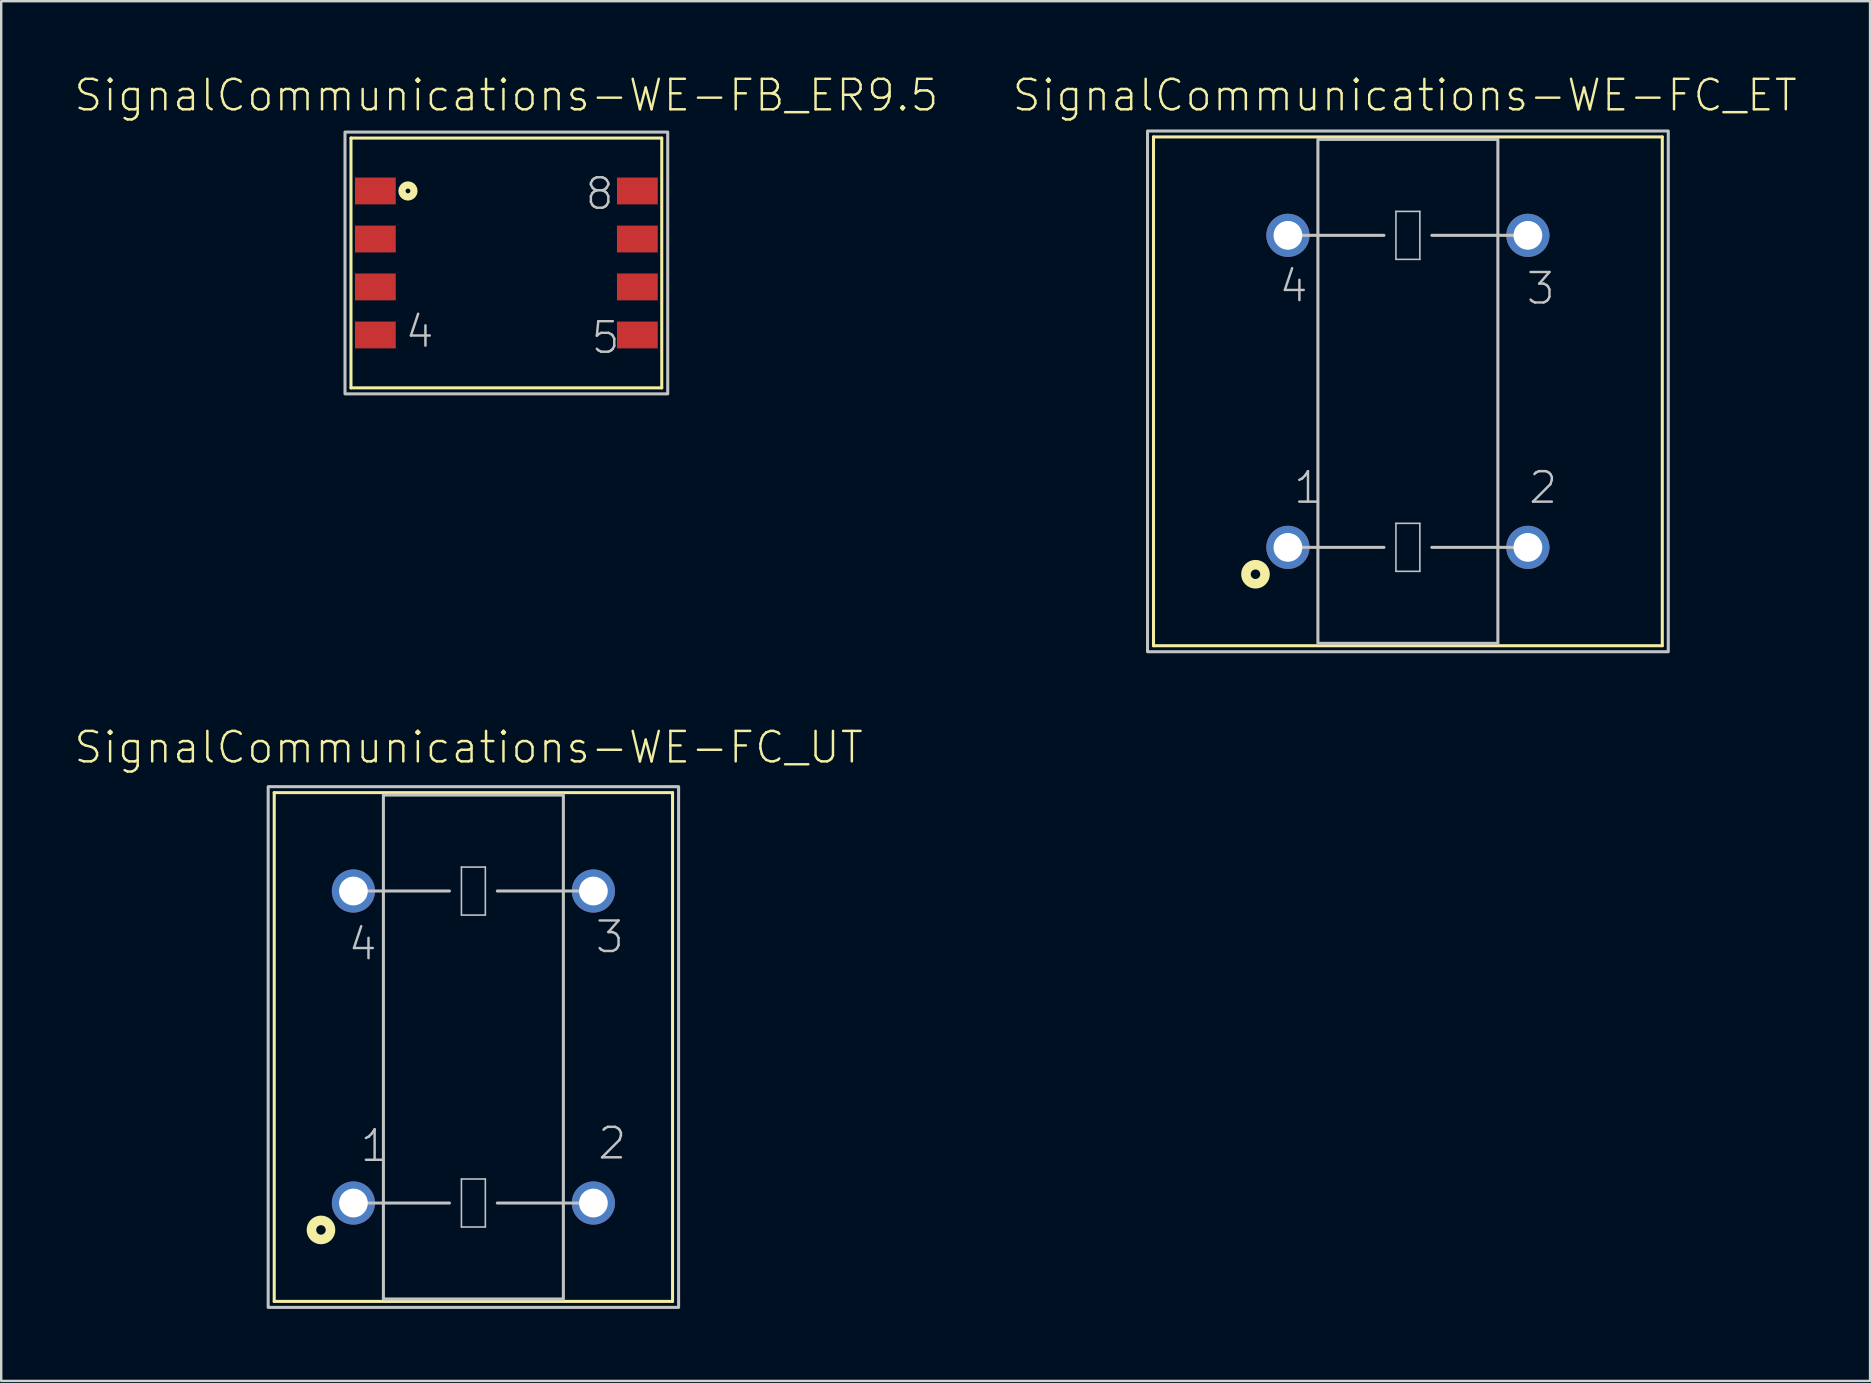
<source format=kicad_pcb>
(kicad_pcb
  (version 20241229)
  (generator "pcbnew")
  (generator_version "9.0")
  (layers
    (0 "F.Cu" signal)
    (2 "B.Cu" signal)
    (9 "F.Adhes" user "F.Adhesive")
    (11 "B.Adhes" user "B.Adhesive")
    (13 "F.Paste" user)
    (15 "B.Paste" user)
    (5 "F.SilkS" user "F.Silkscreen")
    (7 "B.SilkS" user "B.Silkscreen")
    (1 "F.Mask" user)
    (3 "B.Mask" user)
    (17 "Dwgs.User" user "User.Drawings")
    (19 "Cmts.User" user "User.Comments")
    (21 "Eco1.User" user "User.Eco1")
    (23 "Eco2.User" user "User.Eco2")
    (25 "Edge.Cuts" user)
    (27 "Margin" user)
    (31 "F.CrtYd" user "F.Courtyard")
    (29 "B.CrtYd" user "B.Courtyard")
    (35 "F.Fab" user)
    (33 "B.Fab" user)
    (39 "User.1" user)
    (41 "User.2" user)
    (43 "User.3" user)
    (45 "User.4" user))
  (footprint "SignalCommunications-WE-FB_ER9.5"
    (layer "F.Cu")
    (at 18.047 7.906)
    (property "Reference" "SignalCommunications-WE-FB_ER9.5" (at 0 -6.985 0) (layer "F.SilkS") (effects (font (size 1.27 1.27) (thickness 0.102))))
    (attr smd)
    (fp_line (start -6.474 -5.204) (end -6.474 5.204) (stroke (width 0.127) (type solid)) (layer "F.SilkS"))
    (fp_line (start -6.474 5.204) (end 6.474 5.204) (stroke (width 0.127) (type solid)) (layer "F.SilkS"))
    (fp_line (start 6.474 -5.204) (end -6.474 -5.204) (stroke (width 0.127) (type solid)) (layer "F.SilkS"))
    (fp_line (start 6.474 5.204) (end 6.474 -5.204) (stroke (width 0.127) (type solid)) (layer "F.SilkS"))
    (fp_circle (center -4.1 -3) (end -4.1 -3.099) (stroke (width 0.3) (type solid)) (fill no) (layer "F.SilkS"))
    (fp_poly (pts (xy -6.723 -5.453) (xy 6.723 -5.453) (xy 6.723 5.453) (xy -6.723 5.453) (xy -6.723 -5.453)) (stroke (width 0.127) (type solid)) (fill no) (layer "Dwgs.User"))
    (fp_text user "4" (at -3.614 2.863 0) (layer "Dwgs.User") (effects (font (size 1.27 1.27) (thickness 0.102))))
    (fp_text user "5" (at 4.133 3.114 0) (layer "Dwgs.User") (effects (font (size 1.27 1.27) (thickness 0.102))))
    (fp_text user "8" (at 3.884 -2.883 0) (layer "Dwgs.User") (effects (font (size 1.27 1.27) (thickness 0.102))))
    (pad "1" smd rect (at -5.458 -3) (size 1.699 1.118) (layers "F.Cu" "F.Mask" "F.Paste"))
    (pad "2" smd rect (at -5.458 -0.998) (size 1.699 1.118) (layers "F.Cu" "F.Mask" "F.Paste"))
    (pad "3" smd rect (at -5.458 0.998) (size 1.699 1.118) (layers "F.Cu" "F.Mask" "F.Paste"))
    (pad "4" smd rect (at -5.458 3) (size 1.699 1.118) (layers "F.Cu" "F.Mask" "F.Paste"))
    (pad "5" smd rect (at 5.458 3) (size 1.699 1.118) (layers "F.Cu" "F.Mask" "F.Paste"))
    (pad "6" smd rect (at 5.458 0.998) (size 1.699 1.118) (layers "F.Cu" "F.Mask" "F.Paste"))
    (pad "7" smd rect (at 5.458 -0.998) (size 1.699 1.118) (layers "F.Cu" "F.Mask" "F.Paste"))
    (pad "8" smd rect (at 5.458 -3) (size 1.699 1.118) (layers "F.Cu" "F.Mask" "F.Paste")))
  (footprint "SignalCommunications-WE-FC_UT"
    (layer "F.Cu")
    (at 16.673 40.573)
    (property "Reference" "SignalCommunications-WE-FC_UT" (at -0.198 -12.484 0) (layer "F.SilkS") (effects (font (size 1.27 1.27) (thickness 0.102))))
    (attr exclude_from_pos_files exclude_from_bom)
    (fp_line (start -8.298 -10.599) (end 8.298 -10.599) (stroke (width 0.127) (type solid)) (layer "F.SilkS"))
    (fp_line (start -8.298 10.599) (end -8.298 -10.599) (stroke (width 0.127) (type solid)) (layer "F.SilkS"))
    (fp_line (start -8.298 10.599) (end 8.298 10.599) (stroke (width 0.127) (type solid)) (layer "F.SilkS"))
    (fp_line (start 8.298 10.599) (end 8.298 -10.599) (stroke (width 0.127) (type solid)) (layer "F.SilkS"))
    (fp_circle (center -6.35 7.62) (end -6.35 7.422) (stroke (width 0.399) (type solid)) (fill no) (layer "F.SilkS"))
    (fp_line (start -4.999 -6.5) (end -0.998 -6.5) (stroke (width 0.127) (type solid)) (layer "Dwgs.User"))
    (fp_line (start -4.999 6.5) (end -0.998 6.5) (stroke (width 0.127) (type solid)) (layer "Dwgs.User"))
    (fp_line (start -0.498 -7.498) (end 0.498 -7.498) (stroke (width 0.066) (type solid)) (layer "Dwgs.User"))
    (fp_line (start -0.498 -5.499) (end -0.498 -7.498) (stroke (width 0.066) (type solid)) (layer "Dwgs.User"))
    (fp_line (start -0.498 -5.499) (end 0.498 -5.499) (stroke (width 0.066) (type solid)) (layer "Dwgs.User"))
    (fp_line (start -0.498 5.499) (end 0.498 5.499) (stroke (width 0.066) (type solid)) (layer "Dwgs.User"))
    (fp_line (start -0.498 7.498) (end -0.498 5.499) (stroke (width 0.066) (type solid)) (layer "Dwgs.User"))
    (fp_line (start -0.498 7.498) (end 0.498 7.498) (stroke (width 0.066) (type solid)) (layer "Dwgs.User"))
    (fp_line (start 0.498 -5.499) (end 0.498 -7.498) (stroke (width 0.066) (type solid)) (layer "Dwgs.User"))
    (fp_line (start 0.498 7.498) (end 0.498 5.499) (stroke (width 0.066) (type solid)) (layer "Dwgs.User"))
    (fp_line (start 0.998 -6.5) (end 4.999 -6.5) (stroke (width 0.127) (type solid)) (layer "Dwgs.User"))
    (fp_line (start 0.998 6.5) (end 4.999 6.5) (stroke (width 0.127) (type solid)) (layer "Dwgs.User"))
    (fp_poly (pts (xy -8.55 10.848) (xy -8.55 -10.848) (xy 8.55 -10.848) (xy 8.55 10.848) (xy -8.55 10.848)) (stroke (width 0.127) (type solid)) (fill no) (layer "Dwgs.User"))
    (fp_poly (pts (xy -3.749 10.498) (xy -3.749 -10.498) (xy 3.749 -10.498) (xy 3.749 10.498) (xy -3.749 10.498)) (stroke (width 0.127) (type solid)) (fill no) (layer "Dwgs.User"))
    (fp_text user "3" (at 5.685 -4.585 0) (layer "Dwgs.User") (effects (font (size 1.27 1.27) (thickness 0.102))))
    (fp_text user "1" (at -4.115 4.115 0) (layer "Dwgs.User") (effects (font (size 1.27 1.27) (thickness 0.102))))
    (fp_text user "2" (at 5.784 4.013 0) (layer "Dwgs.User") (effects (font (size 1.27 1.27) (thickness 0.102))))
    (fp_text user "4" (at -4.613 -4.285 0) (layer "Dwgs.User") (effects (font (size 1.27 1.27) (thickness 0.102))))
    (pad "1" thru_hole circle (at -4.999 6.5) (size 1.798 1.798) (drill 1.199) (layers "*.Cu" "*.Paste" "*.Mask"))
    (pad "2" thru_hole circle (at 4.999 6.5) (size 1.798 1.798) (drill 1.199) (layers "*.Cu" "*.Paste" "*.Mask"))
    (pad "3" thru_hole circle (at 4.999 -6.5) (size 1.798 1.798) (drill 1.199) (layers "*.Cu" "*.Paste" "*.Mask"))
    (pad "4" thru_hole circle (at -4.999 -6.5) (size 1.798 1.798) (drill 1.199) (layers "*.Cu" "*.Paste" "*.Mask")))
  (footprint "SignalCommunications-WE-FC_ET"
    (layer "F.Cu")
    (at 55.608 13.255)
    (property "Reference" "SignalCommunications-WE-FC_ET" (at -0.13 -12.334 0) (layer "F.SilkS") (effects (font (size 1.27 1.27) (thickness 0.102))))
    (attr exclude_from_pos_files exclude_from_bom)
    (fp_line (start -10.599 -10.599) (end 10.599 -10.599) (stroke (width 0.127) (type solid)) (layer "F.SilkS"))
    (fp_line (start -10.599 10.599) (end -10.599 -10.599) (stroke (width 0.127) (type solid)) (layer "F.SilkS"))
    (fp_line (start -10.599 10.599) (end 10.599 10.599) (stroke (width 0.127) (type solid)) (layer "F.SilkS"))
    (fp_line (start 10.599 10.599) (end 10.599 -10.599) (stroke (width 0.127) (type solid)) (layer "F.SilkS"))
    (fp_circle (center -6.35 7.62) (end -6.35 7.422) (stroke (width 0.399) (type solid)) (fill no) (layer "F.SilkS"))
    (fp_line (start -4.999 -6.5) (end -0.998 -6.5) (stroke (width 0.127) (type solid)) (layer "Dwgs.User"))
    (fp_line (start -4.999 6.5) (end -0.998 6.5) (stroke (width 0.127) (type solid)) (layer "Dwgs.User"))
    (fp_line (start -0.498 -7.498) (end 0.498 -7.498) (stroke (width 0.066) (type solid)) (layer "Dwgs.User"))
    (fp_line (start -0.498 -5.499) (end -0.498 -7.498) (stroke (width 0.066) (type solid)) (layer "Dwgs.User"))
    (fp_line (start -0.498 -5.499) (end 0.498 -5.499) (stroke (width 0.066) (type solid)) (layer "Dwgs.User"))
    (fp_line (start -0.498 5.499) (end 0.498 5.499) (stroke (width 0.066) (type solid)) (layer "Dwgs.User"))
    (fp_line (start -0.498 7.498) (end -0.498 5.499) (stroke (width 0.066) (type solid)) (layer "Dwgs.User"))
    (fp_line (start -0.498 7.498) (end 0.498 7.498) (stroke (width 0.066) (type solid)) (layer "Dwgs.User"))
    (fp_line (start 0.498 -5.499) (end 0.498 -7.498) (stroke (width 0.066) (type solid)) (layer "Dwgs.User"))
    (fp_line (start 0.498 7.498) (end 0.498 5.499) (stroke (width 0.066) (type solid)) (layer "Dwgs.User"))
    (fp_line (start 0.998 -6.5) (end 4.999 -6.5) (stroke (width 0.127) (type solid)) (layer "Dwgs.User"))
    (fp_line (start 0.998 6.5) (end 4.999 6.5) (stroke (width 0.127) (type solid)) (layer "Dwgs.User"))
    (fp_poly (pts (xy -10.848 10.848) (xy -10.848 -10.848) (xy 10.848 -10.848) (xy 10.848 10.848) (xy -10.848 10.848)) (stroke (width 0.127) (type solid)) (fill no) (layer "Dwgs.User"))
    (fp_poly (pts (xy -3.749 10.498) (xy -3.749 -10.498) (xy 3.749 -10.498) (xy 3.749 10.498) (xy -3.749 10.498)) (stroke (width 0.127) (type solid)) (fill no) (layer "Dwgs.User"))
    (fp_text user "4" (at -4.763 -4.384 0) (layer "Dwgs.User") (effects (font (size 1.27 1.27) (thickness 0.102))))
    (fp_text user "2" (at 5.634 4.013 0) (layer "Dwgs.User") (effects (font (size 1.27 1.27) (thickness 0.102))))
    (fp_text user "1" (at -4.163 4.013 0) (layer "Dwgs.User") (effects (font (size 1.27 1.27) (thickness 0.102))))
    (fp_text user "3" (at 5.535 -4.285 0) (layer "Dwgs.User") (effects (font (size 1.27 1.27) (thickness 0.102))))
    (pad "1" thru_hole circle (at -4.999 6.5) (size 1.798 1.798) (drill 1.199) (layers "*.Cu" "*.Paste" "*.Mask"))
    (pad "2" thru_hole circle (at 4.999 6.5) (size 1.798 1.798) (drill 1.199) (layers "*.Cu" "*.Paste" "*.Mask"))
    (pad "3" thru_hole circle (at 4.999 -6.5) (size 1.798 1.798) (drill 1.199) (layers "*.Cu" "*.Paste" "*.Mask"))
    (pad "4" thru_hole circle (at -4.999 -6.5) (size 1.798 1.798) (drill 1.199) (layers "*.Cu" "*.Paste" "*.Mask")))
  (gr_rect
    (start -3 -3)
    (end 74.863 54.485)
    (stroke (width 0.1) (type default))
    (fill no)
    (layer "Edge.Cuts")))
</source>
